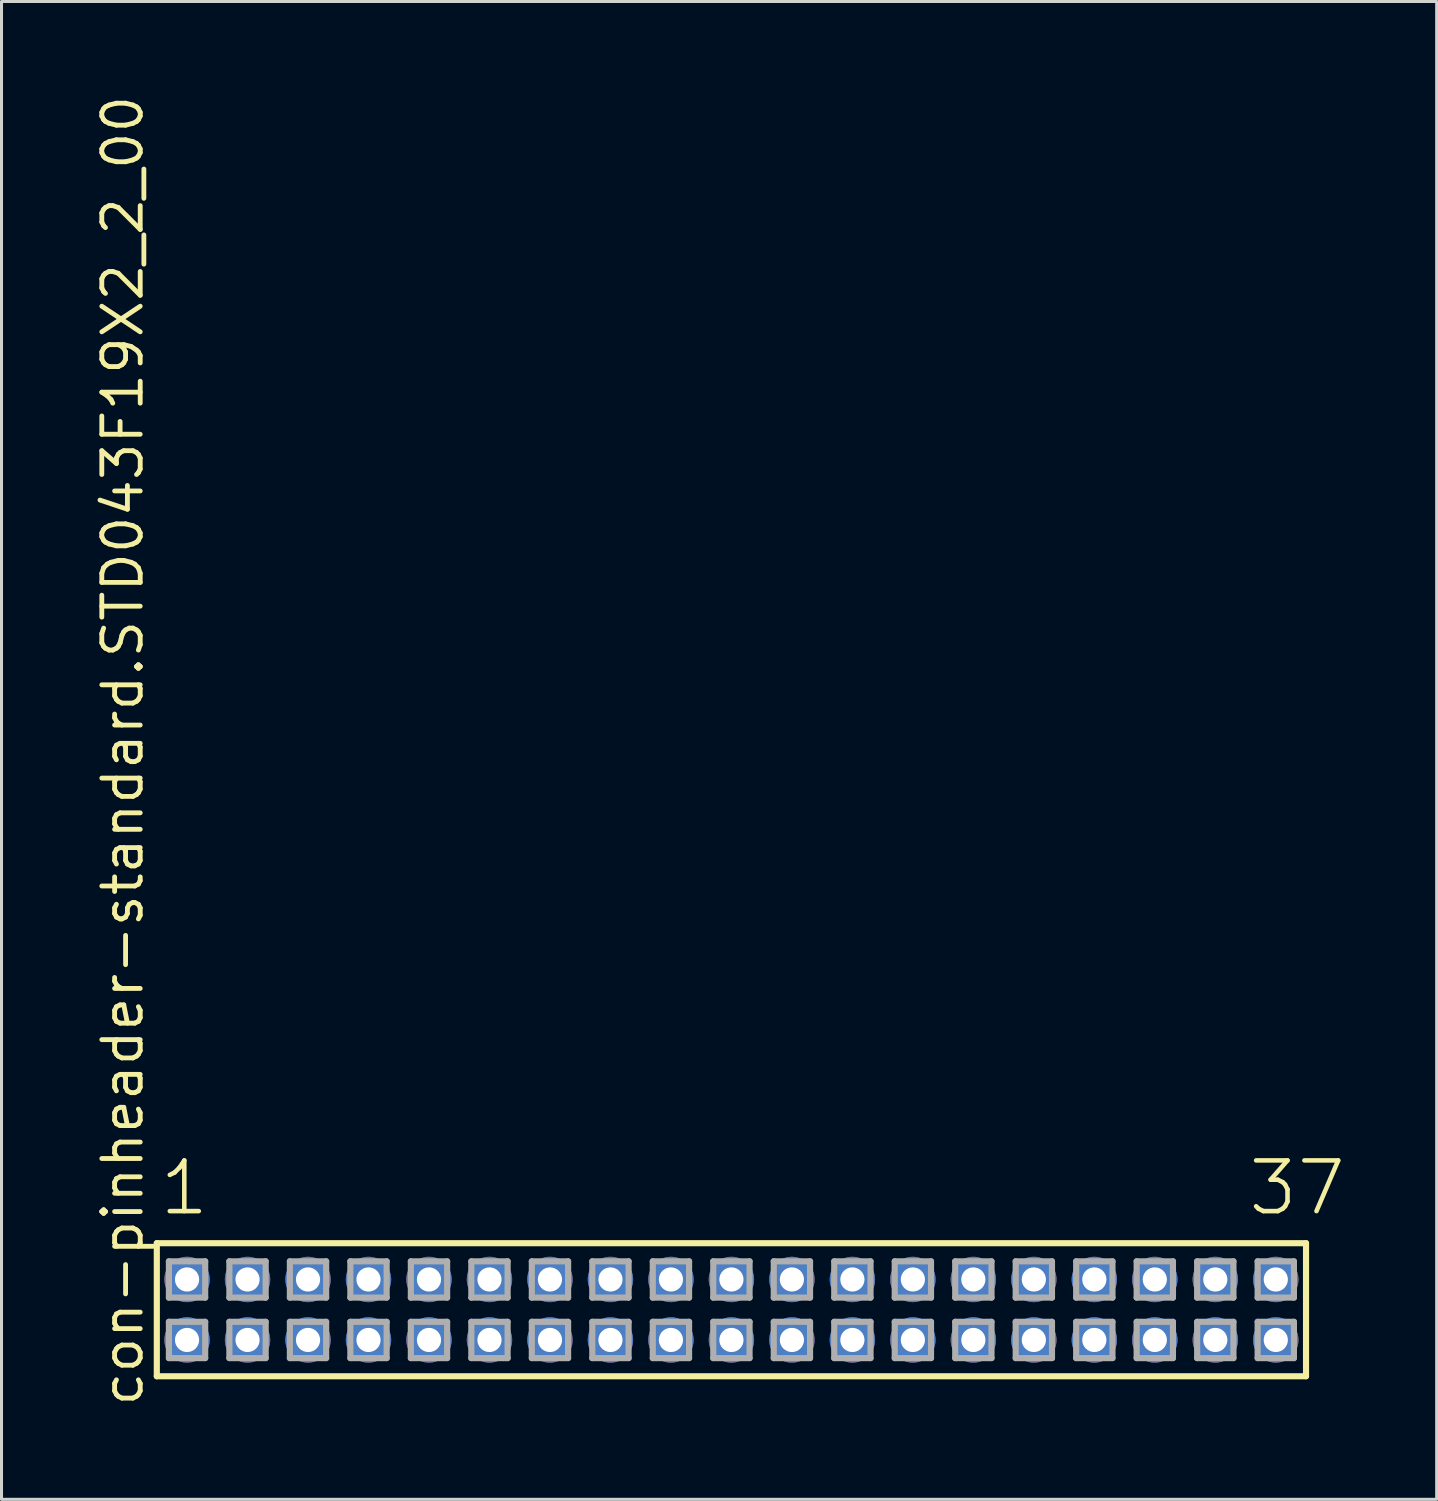
<source format=kicad_pcb>
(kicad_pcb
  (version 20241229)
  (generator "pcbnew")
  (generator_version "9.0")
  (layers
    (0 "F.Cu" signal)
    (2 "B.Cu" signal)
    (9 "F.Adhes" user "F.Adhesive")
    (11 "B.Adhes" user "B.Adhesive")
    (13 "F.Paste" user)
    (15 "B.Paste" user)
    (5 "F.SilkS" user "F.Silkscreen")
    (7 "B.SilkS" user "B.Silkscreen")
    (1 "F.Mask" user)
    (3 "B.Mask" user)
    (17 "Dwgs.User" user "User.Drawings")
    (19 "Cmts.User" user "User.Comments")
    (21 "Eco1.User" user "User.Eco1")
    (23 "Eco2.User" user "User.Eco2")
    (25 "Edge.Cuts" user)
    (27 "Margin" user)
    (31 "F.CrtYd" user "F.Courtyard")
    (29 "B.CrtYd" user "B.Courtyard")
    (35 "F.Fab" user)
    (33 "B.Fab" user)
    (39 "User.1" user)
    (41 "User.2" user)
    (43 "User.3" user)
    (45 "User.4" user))
  (footprint "con-pinheader-standard.STD043F19X2_2_00"
    (layer "F.Cu")
    (at 21.135 40.257)
    (property "Reference" "con-pinheader-standard.STD043F19X2_2_00" (at -19.385 3.27 90) (layer "F.SilkS") (effects (font (size 1.27 1.27) (thickness 0.16)) (justify left bottom)))
    (attr through_hole)
    (fp_line (start -19 -2.2) (end 19 -2.2) (stroke (width 0.203) (type default)) (layer "F.SilkS"))
    (fp_line (start -19 2.2) (end -19 -2.2) (stroke (width 0.203) (type default)) (layer "F.SilkS"))
    (fp_line (start 19 -2.2) (end 19 2.2) (stroke (width 0.203) (type default)) (layer "F.SilkS"))
    (fp_line (start 19 2.2) (end -19 2.2) (stroke (width 0.203) (type default)) (layer "F.SilkS"))
    (fp_line (start -18.6 -1.6) (end -17.4 -1.6) (stroke (width 0.203) (type default)) (layer "F.Fab"))
    (fp_line (start -18.6 -0.4) (end -18.6 -1.6) (stroke (width 0.203) (type default)) (layer "F.Fab"))
    (fp_line (start -18.6 0.4) (end -17.4 0.4) (stroke (width 0.203) (type default)) (layer "F.Fab"))
    (fp_line (start -18.6 1.6) (end -18.6 0.4) (stroke (width 0.203) (type default)) (layer "F.Fab"))
    (fp_line (start -17.4 -1.6) (end -17.4 -0.4) (stroke (width 0.203) (type default)) (layer "F.Fab"))
    (fp_line (start -17.4 -0.4) (end -18.6 -0.4) (stroke (width 0.203) (type default)) (layer "F.Fab"))
    (fp_line (start -17.4 0.4) (end -17.4 1.6) (stroke (width 0.203) (type default)) (layer "F.Fab"))
    (fp_line (start -17.4 1.6) (end -18.6 1.6) (stroke (width 0.203) (type default)) (layer "F.Fab"))
    (fp_line (start -16.6 -1.6) (end -15.4 -1.6) (stroke (width 0.203) (type default)) (layer "F.Fab"))
    (fp_line (start -16.6 -0.4) (end -16.6 -1.6) (stroke (width 0.203) (type default)) (layer "F.Fab"))
    (fp_line (start -16.6 0.4) (end -15.4 0.4) (stroke (width 0.203) (type default)) (layer "F.Fab"))
    (fp_line (start -16.6 1.6) (end -16.6 0.4) (stroke (width 0.203) (type default)) (layer "F.Fab"))
    (fp_line (start -15.4 -1.6) (end -15.4 -0.4) (stroke (width 0.203) (type default)) (layer "F.Fab"))
    (fp_line (start -15.4 -0.4) (end -16.6 -0.4) (stroke (width 0.203) (type default)) (layer "F.Fab"))
    (fp_line (start -15.4 0.4) (end -15.4 1.6) (stroke (width 0.203) (type default)) (layer "F.Fab"))
    (fp_line (start -15.4 1.6) (end -16.6 1.6) (stroke (width 0.203) (type default)) (layer "F.Fab"))
    (fp_line (start -14.6 -1.6) (end -13.4 -1.6) (stroke (width 0.203) (type default)) (layer "F.Fab"))
    (fp_line (start -14.6 -0.4) (end -14.6 -1.6) (stroke (width 0.203) (type default)) (layer "F.Fab"))
    (fp_line (start -14.6 0.4) (end -13.4 0.4) (stroke (width 0.203) (type default)) (layer "F.Fab"))
    (fp_line (start -14.6 1.6) (end -14.6 0.4) (stroke (width 0.203) (type default)) (layer "F.Fab"))
    (fp_line (start -13.4 -1.6) (end -13.4 -0.4) (stroke (width 0.203) (type default)) (layer "F.Fab"))
    (fp_line (start -13.4 -0.4) (end -14.6 -0.4) (stroke (width 0.203) (type default)) (layer "F.Fab"))
    (fp_line (start -13.4 0.4) (end -13.4 1.6) (stroke (width 0.203) (type default)) (layer "F.Fab"))
    (fp_line (start -13.4 1.6) (end -14.6 1.6) (stroke (width 0.203) (type default)) (layer "F.Fab"))
    (fp_line (start -12.6 -1.6) (end -11.4 -1.6) (stroke (width 0.203) (type default)) (layer "F.Fab"))
    (fp_line (start -12.6 -0.4) (end -12.6 -1.6) (stroke (width 0.203) (type default)) (layer "F.Fab"))
    (fp_line (start -12.6 0.4) (end -11.4 0.4) (stroke (width 0.203) (type default)) (layer "F.Fab"))
    (fp_line (start -12.6 1.6) (end -12.6 0.4) (stroke (width 0.203) (type default)) (layer "F.Fab"))
    (fp_line (start -11.4 -1.6) (end -11.4 -0.4) (stroke (width 0.203) (type default)) (layer "F.Fab"))
    (fp_line (start -11.4 -0.4) (end -12.6 -0.4) (stroke (width 0.203) (type default)) (layer "F.Fab"))
    (fp_line (start -11.4 0.4) (end -11.4 1.6) (stroke (width 0.203) (type default)) (layer "F.Fab"))
    (fp_line (start -11.4 1.6) (end -12.6 1.6) (stroke (width 0.203) (type default)) (layer "F.Fab"))
    (fp_line (start -10.6 -1.6) (end -9.4 -1.6) (stroke (width 0.203) (type default)) (layer "F.Fab"))
    (fp_line (start -10.6 -0.4) (end -10.6 -1.6) (stroke (width 0.203) (type default)) (layer "F.Fab"))
    (fp_line (start -10.6 0.4) (end -9.4 0.4) (stroke (width 0.203) (type default)) (layer "F.Fab"))
    (fp_line (start -10.6 1.6) (end -10.6 0.4) (stroke (width 0.203) (type default)) (layer "F.Fab"))
    (fp_line (start -9.4 -1.6) (end -9.4 -0.4) (stroke (width 0.203) (type default)) (layer "F.Fab"))
    (fp_line (start -9.4 -0.4) (end -10.6 -0.4) (stroke (width 0.203) (type default)) (layer "F.Fab"))
    (fp_line (start -9.4 0.4) (end -9.4 1.6) (stroke (width 0.203) (type default)) (layer "F.Fab"))
    (fp_line (start -9.4 1.6) (end -10.6 1.6) (stroke (width 0.203) (type default)) (layer "F.Fab"))
    (fp_line (start -8.6 -1.6) (end -7.4 -1.6) (stroke (width 0.203) (type default)) (layer "F.Fab"))
    (fp_line (start -8.6 -0.4) (end -8.6 -1.6) (stroke (width 0.203) (type default)) (layer "F.Fab"))
    (fp_line (start -8.6 0.4) (end -7.4 0.4) (stroke (width 0.203) (type default)) (layer "F.Fab"))
    (fp_line (start -8.6 1.6) (end -8.6 0.4) (stroke (width 0.203) (type default)) (layer "F.Fab"))
    (fp_line (start -7.4 -1.6) (end -7.4 -0.4) (stroke (width 0.203) (type default)) (layer "F.Fab"))
    (fp_line (start -7.4 -0.4) (end -8.6 -0.4) (stroke (width 0.203) (type default)) (layer "F.Fab"))
    (fp_line (start -7.4 0.4) (end -7.4 1.6) (stroke (width 0.203) (type default)) (layer "F.Fab"))
    (fp_line (start -7.4 1.6) (end -8.6 1.6) (stroke (width 0.203) (type default)) (layer "F.Fab"))
    (fp_line (start -6.6 -1.6) (end -5.4 -1.6) (stroke (width 0.203) (type default)) (layer "F.Fab"))
    (fp_line (start -6.6 -0.4) (end -6.6 -1.6) (stroke (width 0.203) (type default)) (layer "F.Fab"))
    (fp_line (start -6.6 0.4) (end -5.4 0.4) (stroke (width 0.203) (type default)) (layer "F.Fab"))
    (fp_line (start -6.6 1.6) (end -6.6 0.4) (stroke (width 0.203) (type default)) (layer "F.Fab"))
    (fp_line (start -5.4 -1.6) (end -5.4 -0.4) (stroke (width 0.203) (type default)) (layer "F.Fab"))
    (fp_line (start -5.4 -0.4) (end -6.6 -0.4) (stroke (width 0.203) (type default)) (layer "F.Fab"))
    (fp_line (start -5.4 0.4) (end -5.4 1.6) (stroke (width 0.203) (type default)) (layer "F.Fab"))
    (fp_line (start -5.4 1.6) (end -6.6 1.6) (stroke (width 0.203) (type default)) (layer "F.Fab"))
    (fp_line (start -4.6 -1.6) (end -3.4 -1.6) (stroke (width 0.203) (type default)) (layer "F.Fab"))
    (fp_line (start -4.6 -0.4) (end -4.6 -1.6) (stroke (width 0.203) (type default)) (layer "F.Fab"))
    (fp_line (start -4.6 0.4) (end -3.4 0.4) (stroke (width 0.203) (type default)) (layer "F.Fab"))
    (fp_line (start -4.6 1.6) (end -4.6 0.4) (stroke (width 0.203) (type default)) (layer "F.Fab"))
    (fp_line (start -3.4 -1.6) (end -3.4 -0.4) (stroke (width 0.203) (type default)) (layer "F.Fab"))
    (fp_line (start -3.4 -0.4) (end -4.6 -0.4) (stroke (width 0.203) (type default)) (layer "F.Fab"))
    (fp_line (start -3.4 0.4) (end -3.4 1.6) (stroke (width 0.203) (type default)) (layer "F.Fab"))
    (fp_line (start -3.4 1.6) (end -4.6 1.6) (stroke (width 0.203) (type default)) (layer "F.Fab"))
    (fp_line (start -2.6 -1.6) (end -1.4 -1.6) (stroke (width 0.203) (type default)) (layer "F.Fab"))
    (fp_line (start -2.6 -0.4) (end -2.6 -1.6) (stroke (width 0.203) (type default)) (layer "F.Fab"))
    (fp_line (start -2.6 0.4) (end -1.4 0.4) (stroke (width 0.203) (type default)) (layer "F.Fab"))
    (fp_line (start -2.6 1.6) (end -2.6 0.4) (stroke (width 0.203) (type default)) (layer "F.Fab"))
    (fp_line (start -1.4 -1.6) (end -1.4 -0.4) (stroke (width 0.203) (type default)) (layer "F.Fab"))
    (fp_line (start -1.4 -0.4) (end -2.6 -0.4) (stroke (width 0.203) (type default)) (layer "F.Fab"))
    (fp_line (start -1.4 0.4) (end -1.4 1.6) (stroke (width 0.203) (type default)) (layer "F.Fab"))
    (fp_line (start -1.4 1.6) (end -2.6 1.6) (stroke (width 0.203) (type default)) (layer "F.Fab"))
    (fp_line (start -0.6 -1.6) (end 0.6 -1.6) (stroke (width 0.203) (type default)) (layer "F.Fab"))
    (fp_line (start -0.6 -0.4) (end -0.6 -1.6) (stroke (width 0.203) (type default)) (layer "F.Fab"))
    (fp_line (start -0.6 0.4) (end 0.6 0.4) (stroke (width 0.203) (type default)) (layer "F.Fab"))
    (fp_line (start -0.6 1.6) (end -0.6 0.4) (stroke (width 0.203) (type default)) (layer "F.Fab"))
    (fp_line (start 0.6 -1.6) (end 0.6 -0.4) (stroke (width 0.203) (type default)) (layer "F.Fab"))
    (fp_line (start 0.6 -0.4) (end -0.6 -0.4) (stroke (width 0.203) (type default)) (layer "F.Fab"))
    (fp_line (start 0.6 0.4) (end 0.6 1.6) (stroke (width 0.203) (type default)) (layer "F.Fab"))
    (fp_line (start 0.6 1.6) (end -0.6 1.6) (stroke (width 0.203) (type default)) (layer "F.Fab"))
    (fp_line (start 1.4 -1.6) (end 2.6 -1.6) (stroke (width 0.203) (type default)) (layer "F.Fab"))
    (fp_line (start 1.4 -0.4) (end 1.4 -1.6) (stroke (width 0.203) (type default)) (layer "F.Fab"))
    (fp_line (start 1.4 0.4) (end 2.6 0.4) (stroke (width 0.203) (type default)) (layer "F.Fab"))
    (fp_line (start 1.4 1.6) (end 1.4 0.4) (stroke (width 0.203) (type default)) (layer "F.Fab"))
    (fp_line (start 2.6 -1.6) (end 2.6 -0.4) (stroke (width 0.203) (type default)) (layer "F.Fab"))
    (fp_line (start 2.6 -0.4) (end 1.4 -0.4) (stroke (width 0.203) (type default)) (layer "F.Fab"))
    (fp_line (start 2.6 0.4) (end 2.6 1.6) (stroke (width 0.203) (type default)) (layer "F.Fab"))
    (fp_line (start 2.6 1.6) (end 1.4 1.6) (stroke (width 0.203) (type default)) (layer "F.Fab"))
    (fp_line (start 3.4 -1.6) (end 4.6 -1.6) (stroke (width 0.203) (type default)) (layer "F.Fab"))
    (fp_line (start 3.4 -0.4) (end 3.4 -1.6) (stroke (width 0.203) (type default)) (layer "F.Fab"))
    (fp_line (start 3.4 0.4) (end 4.6 0.4) (stroke (width 0.203) (type default)) (layer "F.Fab"))
    (fp_line (start 3.4 1.6) (end 3.4 0.4) (stroke (width 0.203) (type default)) (layer "F.Fab"))
    (fp_line (start 4.6 -1.6) (end 4.6 -0.4) (stroke (width 0.203) (type default)) (layer "F.Fab"))
    (fp_line (start 4.6 -0.4) (end 3.4 -0.4) (stroke (width 0.203) (type default)) (layer "F.Fab"))
    (fp_line (start 4.6 0.4) (end 4.6 1.6) (stroke (width 0.203) (type default)) (layer "F.Fab"))
    (fp_line (start 4.6 1.6) (end 3.4 1.6) (stroke (width 0.203) (type default)) (layer "F.Fab"))
    (fp_line (start 5.4 -1.6) (end 6.6 -1.6) (stroke (width 0.203) (type default)) (layer "F.Fab"))
    (fp_line (start 5.4 -0.4) (end 5.4 -1.6) (stroke (width 0.203) (type default)) (layer "F.Fab"))
    (fp_line (start 5.4 0.4) (end 6.6 0.4) (stroke (width 0.203) (type default)) (layer "F.Fab"))
    (fp_line (start 5.4 1.6) (end 5.4 0.4) (stroke (width 0.203) (type default)) (layer "F.Fab"))
    (fp_line (start 6.6 -1.6) (end 6.6 -0.4) (stroke (width 0.203) (type default)) (layer "F.Fab"))
    (fp_line (start 6.6 -0.4) (end 5.4 -0.4) (stroke (width 0.203) (type default)) (layer "F.Fab"))
    (fp_line (start 6.6 0.4) (end 6.6 1.6) (stroke (width 0.203) (type default)) (layer "F.Fab"))
    (fp_line (start 6.6 1.6) (end 5.4 1.6) (stroke (width 0.203) (type default)) (layer "F.Fab"))
    (fp_line (start 7.4 -1.6) (end 8.6 -1.6) (stroke (width 0.203) (type default)) (layer "F.Fab"))
    (fp_line (start 7.4 -0.4) (end 7.4 -1.6) (stroke (width 0.203) (type default)) (layer "F.Fab"))
    (fp_line (start 7.4 0.4) (end 8.6 0.4) (stroke (width 0.203) (type default)) (layer "F.Fab"))
    (fp_line (start 7.4 1.6) (end 7.4 0.4) (stroke (width 0.203) (type default)) (layer "F.Fab"))
    (fp_line (start 8.6 -1.6) (end 8.6 -0.4) (stroke (width 0.203) (type default)) (layer "F.Fab"))
    (fp_line (start 8.6 -0.4) (end 7.4 -0.4) (stroke (width 0.203) (type default)) (layer "F.Fab"))
    (fp_line (start 8.6 0.4) (end 8.6 1.6) (stroke (width 0.203) (type default)) (layer "F.Fab"))
    (fp_line (start 8.6 1.6) (end 7.4 1.6) (stroke (width 0.203) (type default)) (layer "F.Fab"))
    (fp_line (start 9.4 -1.6) (end 10.6 -1.6) (stroke (width 0.203) (type default)) (layer "F.Fab"))
    (fp_line (start 9.4 -0.4) (end 9.4 -1.6) (stroke (width 0.203) (type default)) (layer "F.Fab"))
    (fp_line (start 9.4 0.4) (end 10.6 0.4) (stroke (width 0.203) (type default)) (layer "F.Fab"))
    (fp_line (start 9.4 1.6) (end 9.4 0.4) (stroke (width 0.203) (type default)) (layer "F.Fab"))
    (fp_line (start 10.6 -1.6) (end 10.6 -0.4) (stroke (width 0.203) (type default)) (layer "F.Fab"))
    (fp_line (start 10.6 -0.4) (end 9.4 -0.4) (stroke (width 0.203) (type default)) (layer "F.Fab"))
    (fp_line (start 10.6 0.4) (end 10.6 1.6) (stroke (width 0.203) (type default)) (layer "F.Fab"))
    (fp_line (start 10.6 1.6) (end 9.4 1.6) (stroke (width 0.203) (type default)) (layer "F.Fab"))
    (fp_line (start 11.4 -1.6) (end 12.6 -1.6) (stroke (width 0.203) (type default)) (layer "F.Fab"))
    (fp_line (start 11.4 -0.4) (end 11.4 -1.6) (stroke (width 0.203) (type default)) (layer "F.Fab"))
    (fp_line (start 11.4 0.4) (end 12.6 0.4) (stroke (width 0.203) (type default)) (layer "F.Fab"))
    (fp_line (start 11.4 1.6) (end 11.4 0.4) (stroke (width 0.203) (type default)) (layer "F.Fab"))
    (fp_line (start 12.6 -1.6) (end 12.6 -0.4) (stroke (width 0.203) (type default)) (layer "F.Fab"))
    (fp_line (start 12.6 -0.4) (end 11.4 -0.4) (stroke (width 0.203) (type default)) (layer "F.Fab"))
    (fp_line (start 12.6 0.4) (end 12.6 1.6) (stroke (width 0.203) (type default)) (layer "F.Fab"))
    (fp_line (start 12.6 1.6) (end 11.4 1.6) (stroke (width 0.203) (type default)) (layer "F.Fab"))
    (fp_line (start 13.4 -1.6) (end 14.6 -1.6) (stroke (width 0.203) (type default)) (layer "F.Fab"))
    (fp_line (start 13.4 -0.4) (end 13.4 -1.6) (stroke (width 0.203) (type default)) (layer "F.Fab"))
    (fp_line (start 13.4 0.4) (end 14.6 0.4) (stroke (width 0.203) (type default)) (layer "F.Fab"))
    (fp_line (start 13.4 1.6) (end 13.4 0.4) (stroke (width 0.203) (type default)) (layer "F.Fab"))
    (fp_line (start 14.6 -1.6) (end 14.6 -0.4) (stroke (width 0.203) (type default)) (layer "F.Fab"))
    (fp_line (start 14.6 -0.4) (end 13.4 -0.4) (stroke (width 0.203) (type default)) (layer "F.Fab"))
    (fp_line (start 14.6 0.4) (end 14.6 1.6) (stroke (width 0.203) (type default)) (layer "F.Fab"))
    (fp_line (start 14.6 1.6) (end 13.4 1.6) (stroke (width 0.203) (type default)) (layer "F.Fab"))
    (fp_line (start 15.4 -1.6) (end 16.6 -1.6) (stroke (width 0.203) (type default)) (layer "F.Fab"))
    (fp_line (start 15.4 -0.4) (end 15.4 -1.6) (stroke (width 0.203) (type default)) (layer "F.Fab"))
    (fp_line (start 15.4 0.4) (end 16.6 0.4) (stroke (width 0.203) (type default)) (layer "F.Fab"))
    (fp_line (start 15.4 1.6) (end 15.4 0.4) (stroke (width 0.203) (type default)) (layer "F.Fab"))
    (fp_line (start 16.6 -1.6) (end 16.6 -0.4) (stroke (width 0.203) (type default)) (layer "F.Fab"))
    (fp_line (start 16.6 -0.4) (end 15.4 -0.4) (stroke (width 0.203) (type default)) (layer "F.Fab"))
    (fp_line (start 16.6 0.4) (end 16.6 1.6) (stroke (width 0.203) (type default)) (layer "F.Fab"))
    (fp_line (start 16.6 1.6) (end 15.4 1.6) (stroke (width 0.203) (type default)) (layer "F.Fab"))
    (fp_line (start 17.4 -1.6) (end 18.6 -1.6) (stroke (width 0.203) (type default)) (layer "F.Fab"))
    (fp_line (start 17.4 -0.4) (end 17.4 -1.6) (stroke (width 0.203) (type default)) (layer "F.Fab"))
    (fp_line (start 17.4 0.4) (end 18.6 0.4) (stroke (width 0.203) (type default)) (layer "F.Fab"))
    (fp_line (start 17.4 1.6) (end 17.4 0.4) (stroke (width 0.203) (type default)) (layer "F.Fab"))
    (fp_line (start 18.6 -1.6) (end 18.6 -0.4) (stroke (width 0.203) (type default)) (layer "F.Fab"))
    (fp_line (start 18.6 -0.4) (end 17.4 -0.4) (stroke (width 0.203) (type default)) (layer "F.Fab"))
    (fp_line (start 18.6 0.4) (end 18.6 1.6) (stroke (width 0.203) (type default)) (layer "F.Fab"))
    (fp_line (start 18.6 1.6) (end 17.4 1.6) (stroke (width 0.203) (type default)) (layer "F.Fab"))
    (fp_text user "1" (at -18.988 -3.048 0) (layer "F.SilkS") (effects (font (size 1.676 1.676) (thickness 0.15)) (justify left bottom)))
    (fp_text user "37" (at 17.012 -3.048 0) (layer "F.SilkS") (effects (font (size 1.676 1.676) (thickness 0.15)) (justify left bottom)))
    (pad "1" thru_hole circle (at -18 -1) (size 1.5 1.5) (drill 0.8) (layers "*.Cu" "*.Mask"))
    (pad "2" thru_hole circle (at -18 1) (size 1.5 1.5) (drill 0.8) (layers "*.Cu" "*.Mask"))
    (pad "3" thru_hole circle (at -16 -1) (size 1.5 1.5) (drill 0.8) (layers "*.Cu" "*.Mask"))
    (pad "4" thru_hole circle (at -16 1) (size 1.5 1.5) (drill 0.8) (layers "*.Cu" "*.Mask"))
    (pad "5" thru_hole circle (at -14 -1) (size 1.5 1.5) (drill 0.8) (layers "*.Cu" "*.Mask"))
    (pad "6" thru_hole circle (at -14 1) (size 1.5 1.5) (drill 0.8) (layers "*.Cu" "*.Mask"))
    (pad "7" thru_hole circle (at -12 -1) (size 1.5 1.5) (drill 0.8) (layers "*.Cu" "*.Mask"))
    (pad "8" thru_hole circle (at -12 1) (size 1.5 1.5) (drill 0.8) (layers "*.Cu" "*.Mask"))
    (pad "9" thru_hole circle (at -10 -1) (size 1.5 1.5) (drill 0.8) (layers "*.Cu" "*.Mask"))
    (pad "10" thru_hole circle (at -10 1) (size 1.5 1.5) (drill 0.8) (layers "*.Cu" "*.Mask"))
    (pad "11" thru_hole circle (at -8 -1) (size 1.5 1.5) (drill 0.8) (layers "*.Cu" "*.Mask"))
    (pad "12" thru_hole circle (at -8 1) (size 1.5 1.5) (drill 0.8) (layers "*.Cu" "*.Mask"))
    (pad "13" thru_hole circle (at -6 -1) (size 1.5 1.5) (drill 0.8) (layers "*.Cu" "*.Mask"))
    (pad "14" thru_hole circle (at -6 1) (size 1.5 1.5) (drill 0.8) (layers "*.Cu" "*.Mask"))
    (pad "15" thru_hole circle (at -4 -1) (size 1.5 1.5) (drill 0.8) (layers "*.Cu" "*.Mask"))
    (pad "16" thru_hole circle (at -4 1) (size 1.5 1.5) (drill 0.8) (layers "*.Cu" "*.Mask"))
    (pad "17" thru_hole circle (at -2 -1) (size 1.5 1.5) (drill 0.8) (layers "*.Cu" "*.Mask"))
    (pad "18" thru_hole circle (at -2 1) (size 1.5 1.5) (drill 0.8) (layers "*.Cu" "*.Mask"))
    (pad "19" thru_hole circle (at 0 -1) (size 1.5 1.5) (drill 0.8) (layers "*.Cu" "*.Mask"))
    (pad "20" thru_hole circle (at 0 1) (size 1.5 1.5) (drill 0.8) (layers "*.Cu" "*.Mask"))
    (pad "21" thru_hole circle (at 2 -1) (size 1.5 1.5) (drill 0.8) (layers "*.Cu" "*.Mask"))
    (pad "22" thru_hole circle (at 2 1) (size 1.5 1.5) (drill 0.8) (layers "*.Cu" "*.Mask"))
    (pad "23" thru_hole circle (at 4 -1) (size 1.5 1.5) (drill 0.8) (layers "*.Cu" "*.Mask"))
    (pad "24" thru_hole circle (at 4 1) (size 1.5 1.5) (drill 0.8) (layers "*.Cu" "*.Mask"))
    (pad "25" thru_hole circle (at 6 -1) (size 1.5 1.5) (drill 0.8) (layers "*.Cu" "*.Mask"))
    (pad "26" thru_hole circle (at 6 1) (size 1.5 1.5) (drill 0.8) (layers "*.Cu" "*.Mask"))
    (pad "27" thru_hole circle (at 8 -1) (size 1.5 1.5) (drill 0.8) (layers "*.Cu" "*.Mask"))
    (pad "28" thru_hole circle (at 8 1) (size 1.5 1.5) (drill 0.8) (layers "*.Cu" "*.Mask"))
    (pad "29" thru_hole circle (at 10 -1) (size 1.5 1.5) (drill 0.8) (layers "*.Cu" "*.Mask"))
    (pad "30" thru_hole circle (at 10 1) (size 1.5 1.5) (drill 0.8) (layers "*.Cu" "*.Mask"))
    (pad "31" thru_hole circle (at 12 -1) (size 1.5 1.5) (drill 0.8) (layers "*.Cu" "*.Mask"))
    (pad "32" thru_hole circle (at 12 1) (size 1.5 1.5) (drill 0.8) (layers "*.Cu" "*.Mask"))
    (pad "33" thru_hole circle (at 14 -1) (size 1.5 1.5) (drill 0.8) (layers "*.Cu" "*.Mask"))
    (pad "34" thru_hole circle (at 14 1) (size 1.5 1.5) (drill 0.8) (layers "*.Cu" "*.Mask"))
    (pad "35" thru_hole circle (at 16 -1) (size 1.5 1.5) (drill 0.8) (layers "*.Cu" "*.Mask"))
    (pad "36" thru_hole circle (at 16 1) (size 1.5 1.5) (drill 0.8) (layers "*.Cu" "*.Mask"))
    (pad "37" thru_hole circle (at 18 -1) (size 1.5 1.5) (drill 0.8) (layers "*.Cu" "*.Mask"))
    (pad "38" thru_hole circle (at 18 1) (size 1.5 1.5) (drill 0.8) (layers "*.Cu" "*.Mask")))
  (gr_rect
    (start -3 -3)
    (end 44.455 46.527)
    (stroke (width 0.1) (type default))
    (fill no)
    (layer "Edge.Cuts")))
</source>
